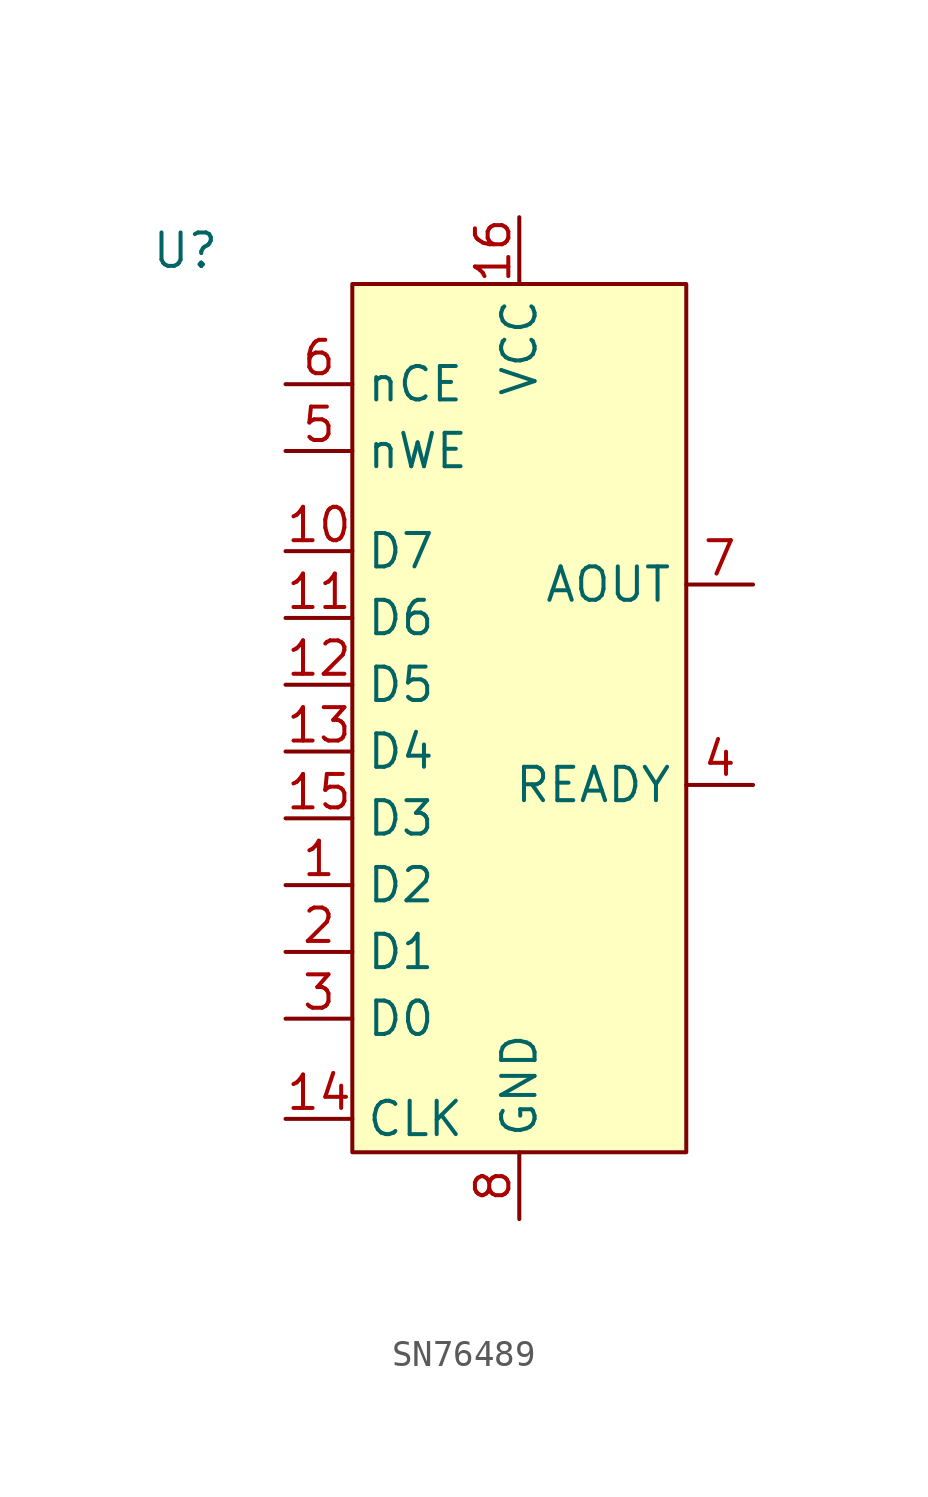
<source format=kicad_sym>
(kicad_symbol_lib
  (version 20220914)
  (generator kicad_symbol_editor)
  (symbol "SN76489"
    (property "Reference" "U"
      (at -3.81 5.08 0)
      (effects (font (size 1.27 1.27))))
    (property "Value" ""
      (at 0 0 0)
      (effects (font (size 1.27 1.27))))
    (symbol "SN76489_1_1"
      (rectangle (start 2.54 3.81) (end 15.24 -29.21) (stroke (width 0) (type default)) (fill (type background)))
      (pin input line (at 0 -19.05 0) (length 2.54) (name "D2" (effects (font (size 1.27 1.27)))) (number "1" (effects (font (size 1.27 1.27)))))
      (pin input line (at 0 -6.35 0) (length 2.54) (name "D7" (effects (font (size 1.27 1.27)))) (number "10" (effects (font (size 1.27 1.27)))))
      (pin input line (at 0 -8.89 0) (length 2.54) (name "D6" (effects (font (size 1.27 1.27)))) (number "11" (effects (font (size 1.27 1.27)))))
      (pin input line (at 0 -11.43 0) (length 2.54) (name "D5" (effects (font (size 1.27 1.27)))) (number "12" (effects (font (size 1.27 1.27)))))
      (pin input line (at 0 -13.97 0) (length 2.54) (name "D4" (effects (font (size 1.27 1.27)))) (number "13" (effects (font (size 1.27 1.27)))))
      (pin input line (at 0 -27.94 0) (length 2.54) (name "CLK" (effects (font (size 1.27 1.27)))) (number "14" (effects (font (size 1.27 1.27)))))
      (pin input line (at 0 -16.51 0) (length 2.54) (name "D3" (effects (font (size 1.27 1.27)))) (number "15" (effects (font (size 1.27 1.27)))))
      (pin power_in line (at 8.89 6.35 270) (length 2.54) (name "VCC" (effects (font (size 1.27 1.27)))) (number "16" (effects (font (size 1.27 1.27)))))
      (pin input line (at 0 -21.59 0) (length 2.54) (name "D1" (effects (font (size 1.27 1.27)))) (number "2" (effects (font (size 1.27 1.27)))))
      (pin input line (at 0 -24.13 0) (length 2.54) (name "D0" (effects (font (size 1.27 1.27)))) (number "3" (effects (font (size 1.27 1.27)))))
      (pin output line (at 17.78 -15.24 180) (length 2.54) (name "READY" (effects (font (size 1.27 1.27)))) (number "4" (effects (font (size 1.27 1.27)))))
      (pin input line (at 0 -2.54 0) (length 2.54) (name "nWE" (effects (font (size 1.27 1.27)))) (number "5" (effects (font (size 1.27 1.27)))))
      (pin input line (at 0 0 0) (length 2.54) (name "nCE" (effects (font (size 1.27 1.27)))) (number "6" (effects (font (size 1.27 1.27)))))
      (pin output line (at 17.78 -7.62 180) (length 2.54) (name "AOUT" (effects (font (size 1.27 1.27)))) (number "7" (effects (font (size 1.27 1.27)))))
      (pin unspecified line (at 8.89 -31.75 90) (length 2.54) (name "GND" (effects (font (size 1.27 1.27)))) (number "8" (effects (font (size 1.27 1.27))))))))
</source>
